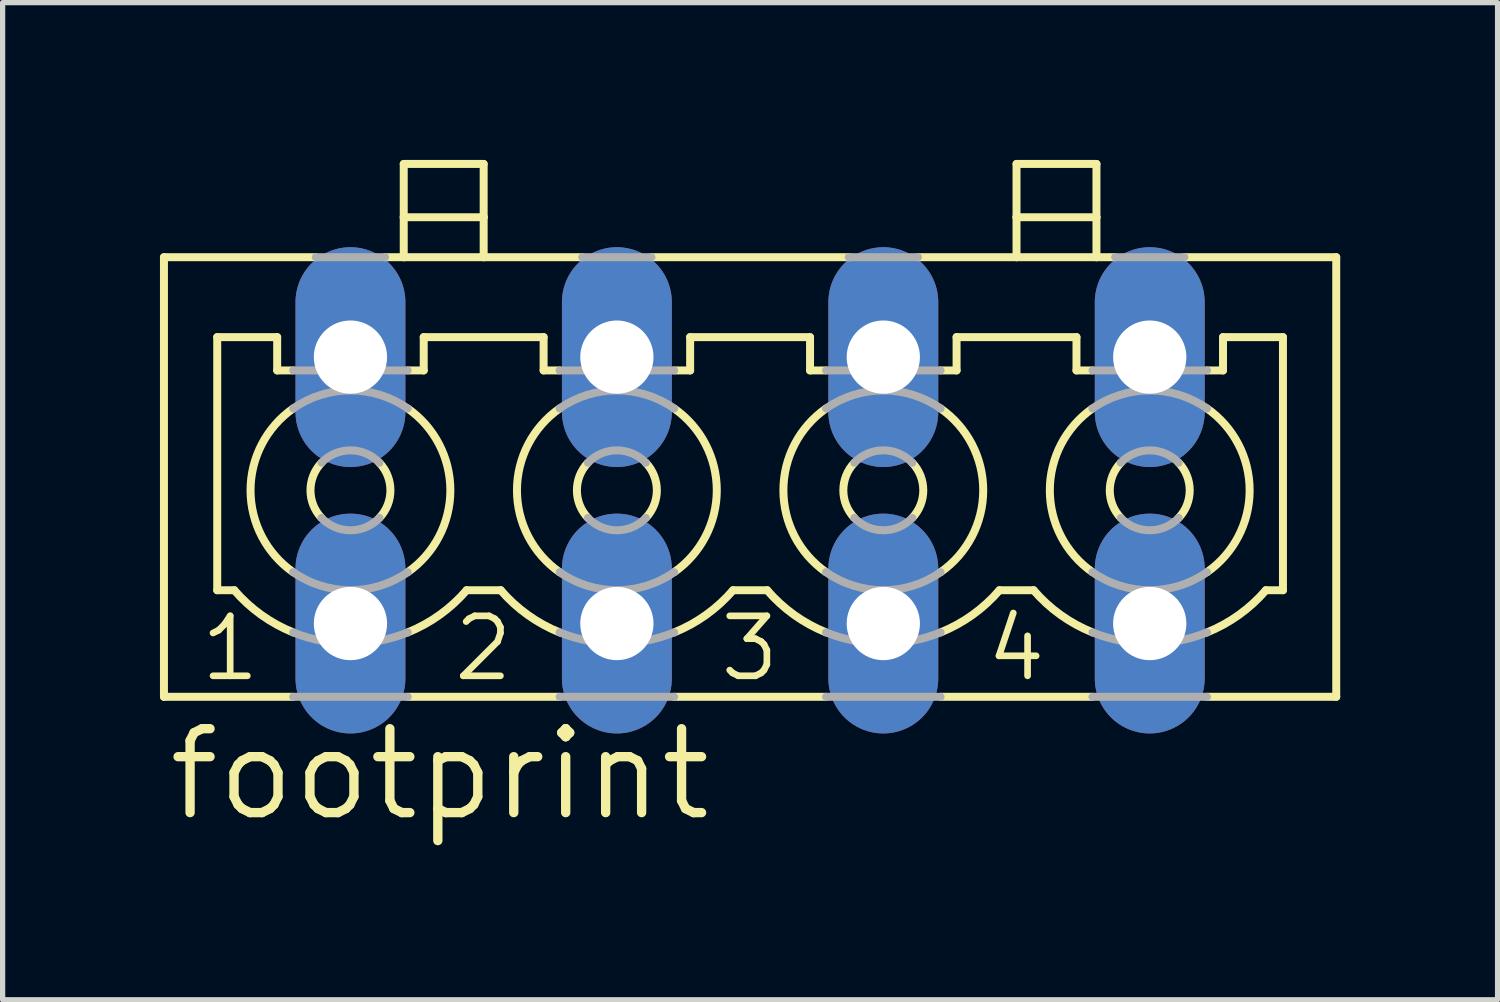
<source format=kicad_pcb>
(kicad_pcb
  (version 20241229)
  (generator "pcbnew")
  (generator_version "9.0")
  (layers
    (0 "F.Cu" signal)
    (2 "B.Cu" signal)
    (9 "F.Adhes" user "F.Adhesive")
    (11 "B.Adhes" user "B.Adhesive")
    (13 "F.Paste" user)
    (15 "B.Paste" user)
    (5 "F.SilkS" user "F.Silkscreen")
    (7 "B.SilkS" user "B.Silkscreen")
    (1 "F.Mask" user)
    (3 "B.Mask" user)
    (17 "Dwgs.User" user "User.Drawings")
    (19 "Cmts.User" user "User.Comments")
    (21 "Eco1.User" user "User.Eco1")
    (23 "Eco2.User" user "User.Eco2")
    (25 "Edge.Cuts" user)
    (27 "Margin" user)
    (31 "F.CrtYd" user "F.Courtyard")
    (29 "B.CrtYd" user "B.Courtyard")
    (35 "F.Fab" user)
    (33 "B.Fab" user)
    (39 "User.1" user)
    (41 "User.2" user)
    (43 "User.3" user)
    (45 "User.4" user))
  (footprint "footprint"
    (layer "F.Cu")
    (at 11.252 6.299)
    (property "Reference" "footprint" (at -11.176 6.35 0) (layer "F.SilkS") (effects (font (size 1.6 1.6) (thickness 0.178)) (justify left bottom)))
    (fp_line (start -11.176 -4.445) (end -11.176 3.937) (stroke (width 0.152) (type solid)) (layer "F.SilkS"))
    (fp_line (start -11.176 -4.445) (end -8.28 -4.445) (stroke (width 0.152) (type solid)) (layer "F.SilkS"))
    (fp_line (start -11.176 3.937) (end -8.712 3.937) (stroke (width 0.152) (type solid)) (layer "F.SilkS"))
    (fp_line (start -10.16 -2.921) (end -10.16 1.905) (stroke (width 0.152) (type solid)) (layer "F.SilkS"))
    (fp_line (start -10.16 -2.921) (end -9.017 -2.921) (stroke (width 0.152) (type solid)) (layer "F.SilkS"))
    (fp_line (start -10.16 1.905) (end -9.834 1.905) (stroke (width 0.152) (type solid)) (layer "F.SilkS"))
    (fp_line (start -9.017 -2.286) (end -9.017 -2.921) (stroke (width 0.152) (type solid)) (layer "F.SilkS"))
    (fp_line (start -9.017 -2.286) (end -8.712 -2.286) (stroke (width 0.152) (type solid)) (layer "F.SilkS"))
    (fp_line (start -6.96 -4.445) (end -6.604 -4.445) (stroke (width 0.152) (type solid)) (layer "F.SilkS"))
    (fp_line (start -6.604 -5.207) (end -6.604 -6.223) (stroke (width 0.152) (type solid)) (layer "F.SilkS"))
    (fp_line (start -6.604 -5.207) (end -5.08 -5.207) (stroke (width 0.152) (type solid)) (layer "F.SilkS"))
    (fp_line (start -6.604 -4.445) (end -6.604 -5.207) (stroke (width 0.152) (type solid)) (layer "F.SilkS"))
    (fp_line (start -6.604 -4.445) (end -5.08 -4.445) (stroke (width 0.152) (type solid)) (layer "F.SilkS"))
    (fp_line (start -6.528 -2.286) (end -6.223 -2.286) (stroke (width 0.152) (type solid)) (layer "F.SilkS"))
    (fp_line (start -6.528 3.937) (end -3.632 3.937) (stroke (width 0.152) (type solid)) (layer "F.SilkS"))
    (fp_line (start -6.223 -2.921) (end -3.937 -2.921) (stroke (width 0.152) (type solid)) (layer "F.SilkS"))
    (fp_line (start -6.223 -2.286) (end -6.223 -2.921) (stroke (width 0.152) (type solid)) (layer "F.SilkS"))
    (fp_line (start -5.406 1.905) (end -4.754 1.905) (stroke (width 0.152) (type solid)) (layer "F.SilkS"))
    (fp_line (start -5.08 -6.223) (end -6.604 -6.223) (stroke (width 0.152) (type solid)) (layer "F.SilkS"))
    (fp_line (start -5.08 -5.207) (end -5.08 -6.223) (stroke (width 0.152) (type solid)) (layer "F.SilkS"))
    (fp_line (start -5.08 -4.445) (end -5.08 -5.207) (stroke (width 0.152) (type solid)) (layer "F.SilkS"))
    (fp_line (start -5.08 -4.445) (end -3.2 -4.445) (stroke (width 0.152) (type solid)) (layer "F.SilkS"))
    (fp_line (start -3.937 -2.286) (end -3.937 -2.921) (stroke (width 0.152) (type solid)) (layer "F.SilkS"))
    (fp_line (start -3.937 -2.286) (end -3.632 -2.286) (stroke (width 0.152) (type solid)) (layer "F.SilkS"))
    (fp_line (start -1.88 -4.445) (end 1.905 -4.445) (stroke (width 0.152) (type solid)) (layer "F.SilkS"))
    (fp_line (start -1.448 -2.286) (end -1.143 -2.286) (stroke (width 0.152) (type solid)) (layer "F.SilkS"))
    (fp_line (start -1.448 3.937) (end 1.448 3.937) (stroke (width 0.152) (type solid)) (layer "F.SilkS"))
    (fp_line (start -1.143 -2.921) (end 1.143 -2.921) (stroke (width 0.152) (type solid)) (layer "F.SilkS"))
    (fp_line (start -1.143 -2.286) (end -1.143 -2.921) (stroke (width 0.152) (type solid)) (layer "F.SilkS"))
    (fp_line (start -0.326 1.905) (end 0.326 1.905) (stroke (width 0.152) (type solid)) (layer "F.SilkS"))
    (fp_line (start 1.143 -2.286) (end 1.143 -2.921) (stroke (width 0.152) (type solid)) (layer "F.SilkS"))
    (fp_line (start 1.143 -2.286) (end 1.448 -2.286) (stroke (width 0.152) (type solid)) (layer "F.SilkS"))
    (fp_line (start 3.2 -4.445) (end 5.08 -4.445) (stroke (width 0.152) (type solid)) (layer "F.SilkS"))
    (fp_line (start 3.632 -2.286) (end 3.937 -2.286) (stroke (width 0.152) (type solid)) (layer "F.SilkS"))
    (fp_line (start 3.632 3.937) (end 6.528 3.937) (stroke (width 0.152) (type solid)) (layer "F.SilkS"))
    (fp_line (start 3.937 -2.921) (end 6.223 -2.921) (stroke (width 0.152) (type solid)) (layer "F.SilkS"))
    (fp_line (start 3.937 -2.286) (end 3.937 -2.921) (stroke (width 0.152) (type solid)) (layer "F.SilkS"))
    (fp_line (start 4.754 1.905) (end 5.406 1.905) (stroke (width 0.152) (type solid)) (layer "F.SilkS"))
    (fp_line (start 5.08 -5.207) (end 5.08 -6.223) (stroke (width 0.152) (type solid)) (layer "F.SilkS"))
    (fp_line (start 5.08 -5.207) (end 6.604 -5.207) (stroke (width 0.152) (type solid)) (layer "F.SilkS"))
    (fp_line (start 5.08 -4.445) (end 5.08 -5.207) (stroke (width 0.152) (type solid)) (layer "F.SilkS"))
    (fp_line (start 5.08 -4.445) (end 6.604 -4.445) (stroke (width 0.152) (type solid)) (layer "F.SilkS"))
    (fp_line (start 6.223 -2.286) (end 6.223 -2.921) (stroke (width 0.152) (type solid)) (layer "F.SilkS"))
    (fp_line (start 6.223 -2.286) (end 6.528 -2.286) (stroke (width 0.152) (type solid)) (layer "F.SilkS"))
    (fp_line (start 6.604 -6.223) (end 5.08 -6.223) (stroke (width 0.152) (type solid)) (layer "F.SilkS"))
    (fp_line (start 6.604 -5.207) (end 6.604 -6.223) (stroke (width 0.152) (type solid)) (layer "F.SilkS"))
    (fp_line (start 6.604 -4.445) (end 6.604 -5.207) (stroke (width 0.152) (type solid)) (layer "F.SilkS"))
    (fp_line (start 6.604 -4.445) (end 6.96 -4.445) (stroke (width 0.152) (type solid)) (layer "F.SilkS"))
    (fp_line (start 8.28 -4.445) (end 11.176 -4.445) (stroke (width 0.152) (type solid)) (layer "F.SilkS"))
    (fp_line (start 8.712 -2.286) (end 9.017 -2.286) (stroke (width 0.152) (type solid)) (layer "F.SilkS"))
    (fp_line (start 8.712 3.937) (end 11.176 3.937) (stroke (width 0.152) (type solid)) (layer "F.SilkS"))
    (fp_line (start 9.017 -2.921) (end 10.16 -2.921) (stroke (width 0.152) (type solid)) (layer "F.SilkS"))
    (fp_line (start 9.017 -2.286) (end 9.017 -2.921) (stroke (width 0.152) (type solid)) (layer "F.SilkS"))
    (fp_line (start 9.834 1.905) (end 10.16 1.905) (stroke (width 0.152) (type solid)) (layer "F.SilkS"))
    (fp_line (start 10.16 1.905) (end 10.16 -2.921) (stroke (width 0.152) (type solid)) (layer "F.SilkS"))
    (fp_line (start 11.176 -4.445) (end 11.176 3.937) (stroke (width 0.152) (type solid)) (layer "F.SilkS"))
    (fp_arc (start -8.712199 1.560801) (mid -9.524993 0.000001) (end -8.7122 -1.5608) (stroke (width 0.1524) (type solid)) (layer "F.SilkS"))
    (fp_arc (start -8.7118 2.7092) (mid -9.321094 2.374351) (end -9.834 1.905) (stroke (width 0.1524) (type solid)) (layer "F.SilkS"))
    (fp_arc (start -8.1714 0.526) (mid -8.382049 0) (end -8.1714 -0.526) (stroke (width 0.1524) (type solid)) (layer "F.SilkS"))
    (fp_arc (start -7.068599 -0.525999) (mid -6.857951 0.000001) (end -7.0686 0.526) (stroke (width 0.1524) (type solid)) (layer "F.SilkS"))
    (fp_arc (start -6.5278 -1.5608) (mid -5.715007 0) (end -6.5278 1.5608) (stroke (width 0.1524) (type solid)) (layer "F.SilkS"))
    (fp_arc (start -5.4055 1.9051) (mid -5.918459 2.374412) (end -6.5278 2.7092) (stroke (width 0.1524) (type solid)) (layer "F.SilkS"))
    (fp_arc (start -3.632199 1.560801) (mid -4.444993 0.000001) (end -3.6322 -1.5608) (stroke (width 0.1524) (type solid)) (layer "F.SilkS"))
    (fp_arc (start -3.6318 2.7092) (mid -4.241094 2.374351) (end -4.754 1.905) (stroke (width 0.1524) (type solid)) (layer "F.SilkS"))
    (fp_arc (start -3.0914 0.526) (mid -3.302049 0) (end -3.0914 -0.526) (stroke (width 0.1524) (type solid)) (layer "F.SilkS"))
    (fp_arc (start -1.988599 -0.525999) (mid -1.777951 0.000001) (end -1.9886 0.526) (stroke (width 0.1524) (type solid)) (layer "F.SilkS"))
    (fp_arc (start -1.4478 -1.5608) (mid -0.635007 0) (end -1.4478 1.5608) (stroke (width 0.1524) (type solid)) (layer "F.SilkS"))
    (fp_arc (start -0.3255 1.9051) (mid -0.838459 2.374412) (end -1.4478 2.7092) (stroke (width 0.1524) (type solid)) (layer "F.SilkS"))
    (fp_arc (start 1.4478 1.5608) (mid 0.635007 0) (end 1.4478 -1.5608) (stroke (width 0.1524) (type solid)) (layer "F.SilkS"))
    (fp_arc (start 1.4482 2.709) (mid 0.838916 2.374254) (end 0.326 1.905) (stroke (width 0.1524) (type solid)) (layer "F.SilkS"))
    (fp_arc (start 1.988599 0.525999) (mid 1.777951 -0.000001) (end 1.9886 -0.526) (stroke (width 0.1524) (type solid)) (layer "F.SilkS"))
    (fp_arc (start 3.0914 -0.526) (mid 3.302049 0) (end 3.0914 0.526) (stroke (width 0.1524) (type solid)) (layer "F.SilkS"))
    (fp_arc (start 3.632199 -1.560801) (mid 4.444993 -0.000001) (end 3.6322 1.5608) (stroke (width 0.1524) (type solid)) (layer "F.SilkS"))
    (fp_arc (start 4.754 1.905) (mid 4.241094 2.374351) (end 3.6318 2.7092) (stroke (width 0.1524) (type solid)) (layer "F.SilkS"))
    (fp_arc (start 6.5278 1.5608) (mid 5.715007 0) (end 6.5278 -1.5608) (stroke (width 0.1524) (type solid)) (layer "F.SilkS"))
    (fp_arc (start 6.5282 2.709) (mid 5.918916 2.374254) (end 5.406 1.905) (stroke (width 0.1524) (type solid)) (layer "F.SilkS"))
    (fp_arc (start 7.068599 0.525999) (mid 6.857951 -0.000001) (end 7.0686 -0.526) (stroke (width 0.1524) (type solid)) (layer "F.SilkS"))
    (fp_arc (start 8.1714 -0.526) (mid 8.382049 0) (end 8.1714 0.526) (stroke (width 0.1524) (type solid)) (layer "F.SilkS"))
    (fp_arc (start 8.712199 -1.560801) (mid 9.524993 -0.000001) (end 8.7122 1.5608) (stroke (width 0.1524) (type solid)) (layer "F.SilkS"))
    (fp_arc (start 9.834 1.905) (mid 9.321094 2.374351) (end 8.7118 2.7092) (stroke (width 0.1524) (type solid)) (layer "F.SilkS"))
    (fp_line (start -8.712 -2.286) (end -6.528 -2.286) (stroke (width 0.152) (type solid)) (layer "F.Fab"))
    (fp_line (start -8.712 3.937) (end -6.528 3.937) (stroke (width 0.152) (type solid)) (layer "F.Fab"))
    (fp_line (start -8.28 -4.445) (end -6.96 -4.445) (stroke (width 0.152) (type solid)) (layer "F.Fab"))
    (fp_line (start -3.632 -2.286) (end -1.448 -2.286) (stroke (width 0.152) (type solid)) (layer "F.Fab"))
    (fp_line (start -3.632 3.937) (end -1.448 3.937) (stroke (width 0.152) (type solid)) (layer "F.Fab"))
    (fp_line (start -3.2 -4.445) (end -1.88 -4.445) (stroke (width 0.152) (type solid)) (layer "F.Fab"))
    (fp_line (start 1.448 -2.286) (end 3.632 -2.286) (stroke (width 0.152) (type solid)) (layer "F.Fab"))
    (fp_line (start 1.448 3.937) (end 3.632 3.937) (stroke (width 0.152) (type solid)) (layer "F.Fab"))
    (fp_line (start 1.88 -4.445) (end 3.2 -4.445) (stroke (width 0.152) (type solid)) (layer "F.Fab"))
    (fp_line (start 6.528 -2.286) (end 8.712 -2.286) (stroke (width 0.152) (type solid)) (layer "F.Fab"))
    (fp_line (start 6.528 3.937) (end 8.712 3.937) (stroke (width 0.152) (type solid)) (layer "F.Fab"))
    (fp_line (start 6.96 -4.445) (end 8.28 -4.445) (stroke (width 0.152) (type solid)) (layer "F.Fab"))
    (fp_arc (start -8.7122 -1.5608) (mid -7.62 -1.904993) (end -6.5278 -1.5608) (stroke (width 0.1524) (type solid)) (layer "F.Fab"))
    (fp_arc (start -8.1714 -0.526) (mid -7.62 -0.762049) (end -7.0686 -0.526) (stroke (width 0.1524) (type solid)) (layer "F.Fab"))
    (fp_arc (start -7.0686 0.526) (mid -7.62 0.762049) (end -8.1714 0.526) (stroke (width 0.1524) (type solid)) (layer "F.Fab"))
    (fp_arc (start -6.5278 1.5608) (mid -7.62 1.904993) (end -8.7122 1.5608) (stroke (width 0.1524) (type solid)) (layer "F.Fab"))
    (fp_arc (start -6.5278 2.7092) (mid -7.62 2.921073) (end -8.7122 2.7092) (stroke (width 0.1524) (type solid)) (layer "F.Fab"))
    (fp_arc (start -3.6322 -1.5608) (mid -2.54 -1.904993) (end -1.4478 -1.5608) (stroke (width 0.1524) (type solid)) (layer "F.Fab"))
    (fp_arc (start -3.0914 -0.526) (mid -2.54 -0.762049) (end -1.9886 -0.526) (stroke (width 0.1524) (type solid)) (layer "F.Fab"))
    (fp_arc (start -1.9886 0.526) (mid -2.54 0.762049) (end -3.0914 0.526) (stroke (width 0.1524) (type solid)) (layer "F.Fab"))
    (fp_arc (start -1.4478 1.5608) (mid -2.54 1.904993) (end -3.6322 1.5608) (stroke (width 0.1524) (type solid)) (layer "F.Fab"))
    (fp_arc (start -1.4478 2.7092) (mid -2.54 2.921073) (end -3.6322 2.7092) (stroke (width 0.1524) (type solid)) (layer "F.Fab"))
    (fp_arc (start 1.4478 -1.5608) (mid 2.54 -1.904993) (end 3.6322 -1.5608) (stroke (width 0.1524) (type solid)) (layer "F.Fab"))
    (fp_arc (start 1.9886 -0.526) (mid 2.54 -0.762049) (end 3.0914 -0.526) (stroke (width 0.1524) (type solid)) (layer "F.Fab"))
    (fp_arc (start 3.0914 0.526) (mid 2.54 0.762049) (end 1.9886 0.526) (stroke (width 0.1524) (type solid)) (layer "F.Fab"))
    (fp_arc (start 3.6322 1.5608) (mid 2.54 1.904993) (end 1.4478 1.5608) (stroke (width 0.1524) (type solid)) (layer "F.Fab"))
    (fp_arc (start 3.6322 2.7092) (mid 2.54 2.921073) (end 1.4478 2.7092) (stroke (width 0.1524) (type solid)) (layer "F.Fab"))
    (fp_arc (start 6.5278 -1.5608) (mid 7.62 -1.904993) (end 8.7122 -1.5608) (stroke (width 0.1524) (type solid)) (layer "F.Fab"))
    (fp_arc (start 7.0686 -0.526) (mid 7.62 -0.762049) (end 8.1714 -0.526) (stroke (width 0.1524) (type solid)) (layer "F.Fab"))
    (fp_arc (start 8.1714 0.526) (mid 7.62 0.762049) (end 7.0686 0.526) (stroke (width 0.1524) (type solid)) (layer "F.Fab"))
    (fp_arc (start 8.7122 1.5608) (mid 7.62 1.904993) (end 6.5278 1.5608) (stroke (width 0.1524) (type solid)) (layer "F.Fab"))
    (fp_arc (start 8.7122 2.7092) (mid 7.62 2.921073) (end 6.5278 2.7092) (stroke (width 0.1524) (type solid)) (layer "F.Fab"))
    (fp_text user "2" (at -5.715 3.683 0) (layer "F.SilkS") (effects (font (size 1.143 1.143) (thickness 0.127)) (justify left bottom)))
    (fp_text user "4" (at 4.445 3.683 0) (layer "F.SilkS") (effects (font (size 1.143 1.143) (thickness 0.127)) (justify left bottom)))
    (fp_text user "3" (at -0.635 3.683 0) (layer "F.SilkS") (effects (font (size 1.143 1.143) (thickness 0.127)) (justify left bottom)))
    (fp_text user "1" (at -10.541 3.683 0) (layer "F.SilkS") (effects (font (size 1.143 1.143) (thickness 0.127)) (justify left bottom)))
    (pad "1" thru_hole oval (at -7.62 -2.54 90) (size 4.191 2.095) (drill 1.397) (layers "*.Cu" "*.Mask"))
    (pad "1A" thru_hole oval (at -7.62 2.54 90) (size 4.191 2.095) (drill 1.397) (layers "*.Cu" "*.Mask"))
    (pad "2" thru_hole oval (at -2.54 -2.54 90) (size 4.191 2.095) (drill 1.397) (layers "*.Cu" "*.Mask"))
    (pad "2A" thru_hole oval (at -2.54 2.54 90) (size 4.191 2.095) (drill 1.397) (layers "*.Cu" "*.Mask"))
    (pad "3" thru_hole oval (at 2.54 -2.54 90) (size 4.191 2.095) (drill 1.397) (layers "*.Cu" "*.Mask"))
    (pad "3A" thru_hole oval (at 2.54 2.54 90) (size 4.191 2.095) (drill 1.397) (layers "*.Cu" "*.Mask"))
    (pad "4" thru_hole oval (at 7.62 -2.54 90) (size 4.191 2.095) (drill 1.397) (layers "*.Cu" "*.Mask"))
    (pad "4A" thru_hole oval (at 7.62 2.54 90) (size 4.191 2.095) (drill 1.397) (layers "*.Cu" "*.Mask")))
  (gr_rect
    (start -3 -3)
    (end 25.504 16.012)
    (stroke (width 0.1) (type default))
    (fill no)
    (layer "Edge.Cuts")))
</source>
